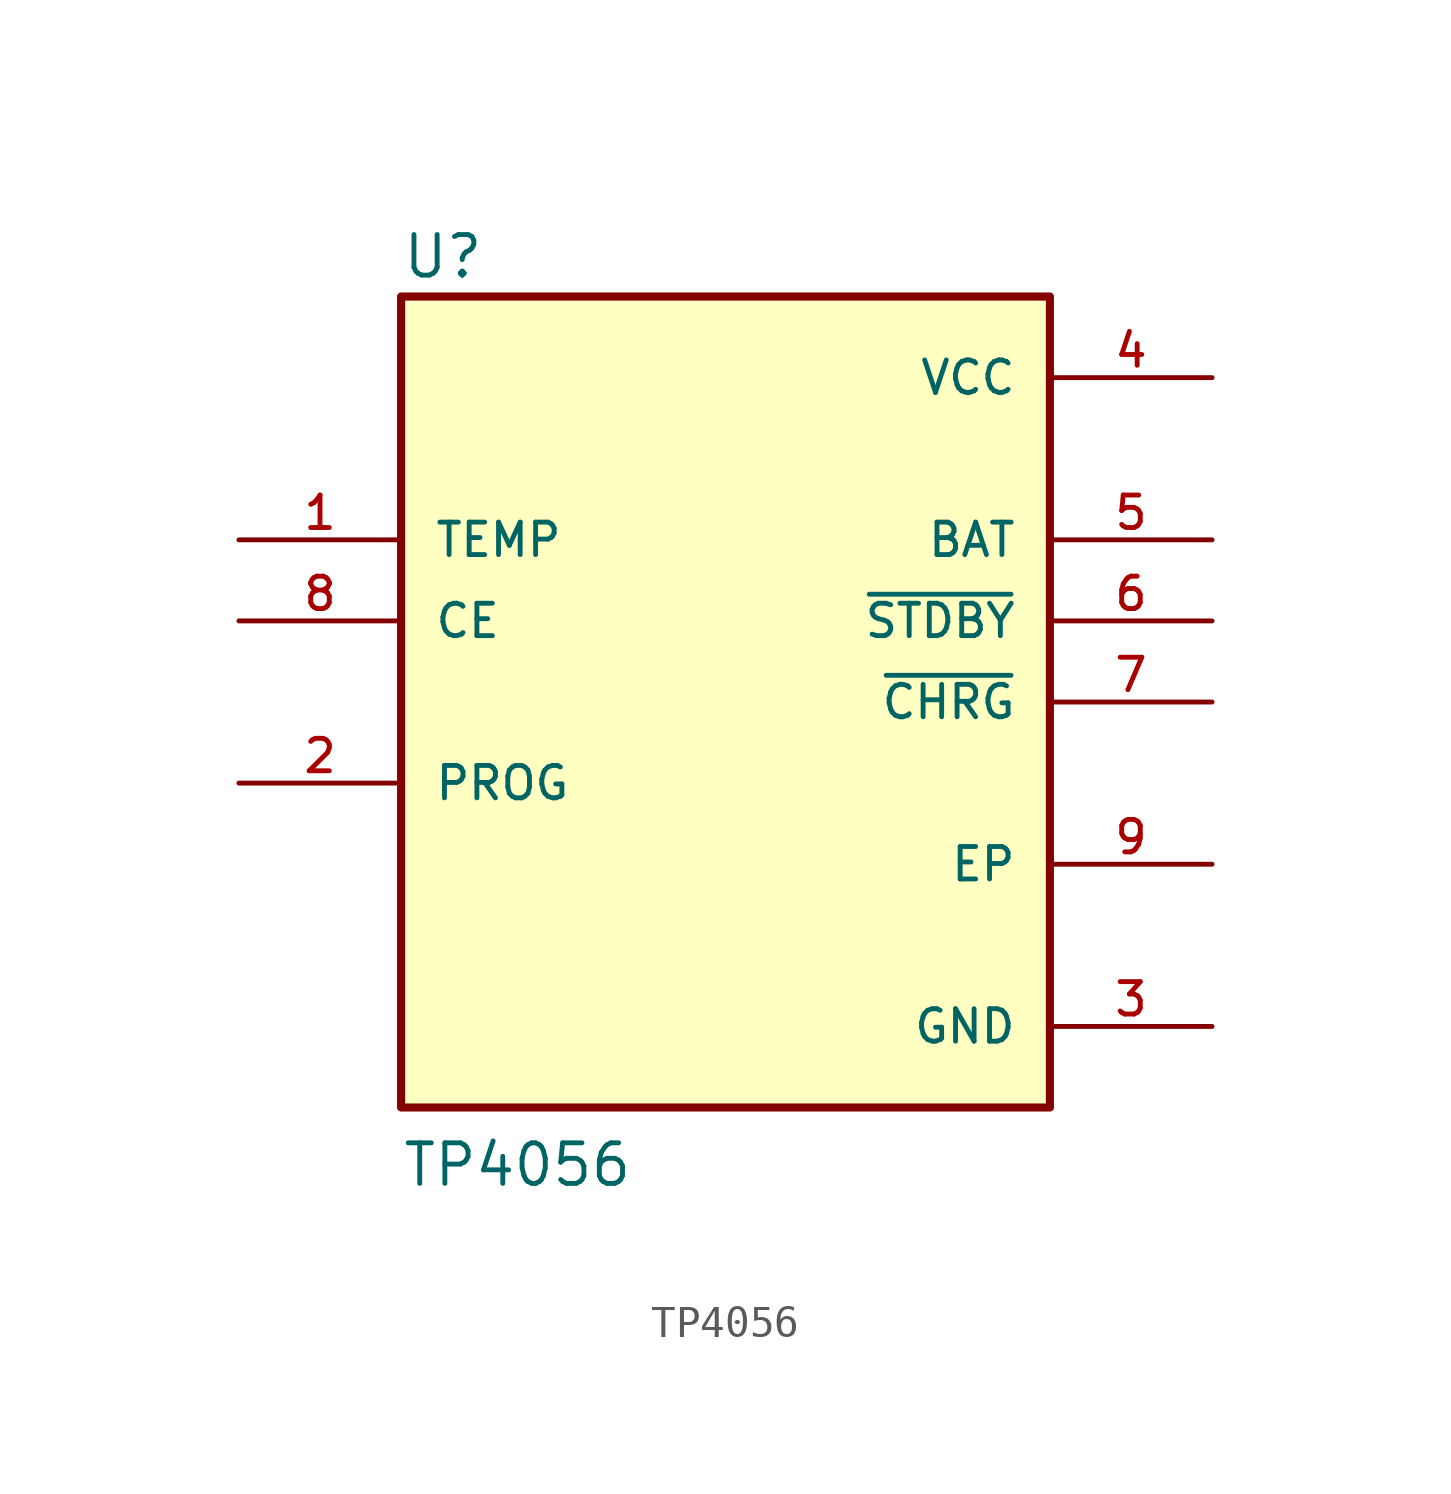
<source format=kicad_sym>
(kicad_symbol_lib
  (version 20220914)
  (generator kicad_symbol_editor)
  (symbol "TP4056"
    (pin_names
      (offset 1.016))
    (property "Reference" "U"
      (at -10.16 13.208 0)
      (effects (font (size 1.27 1.27)) (justify left bottom)))
    (property "Value" "TP4056"
      (at -10.16 -15.24 0)
      (effects (font (size 1.27 1.27)) (justify left bottom)))
    (symbol "TP4056_0_0"
      (rectangle (start -10.16 12.7) (end 10.16 -12.7) (stroke (width 0.254) (type default)) (fill (type background)))
      (pin input line (at -15.24 5.08 0) (length 5.08) (name "TEMP" (effects (font (size 1.016 1.016)))) (number "1" (effects (font (size 1.016 1.016)))))
      (pin bidirectional line (at -15.24 -2.54 0) (length 5.08) (name "PROG" (effects (font (size 1.016 1.016)))) (number "2" (effects (font (size 1.016 1.016)))))
      (pin power_in line (at 15.24 -10.16 180) (length 5.08) (name "GND" (effects (font (size 1.016 1.016)))) (number "3" (effects (font (size 1.016 1.016)))))
      (pin power_in line (at 15.24 10.16 180) (length 5.08) (name "VCC" (effects (font (size 1.016 1.016)))) (number "4" (effects (font (size 1.016 1.016)))))
      (pin output line (at 15.24 5.08 180) (length 5.08) (name "BAT" (effects (font (size 1.016 1.016)))) (number "5" (effects (font (size 1.016 1.016)))))
      (pin output line (at 15.24 2.54 180) (length 5.08) (name "~{STDBY}" (effects (font (size 1.016 1.016)))) (number "6" (effects (font (size 1.016 1.016)))))
      (pin output line (at 15.24 0 180) (length 5.08) (name "~{CHRG}" (effects (font (size 1.016 1.016)))) (number "7" (effects (font (size 1.016 1.016)))))
      (pin input line (at -15.24 2.54 0) (length 5.08) (name "CE" (effects (font (size 1.016 1.016)))) (number "8" (effects (font (size 1.016 1.016)))))
      (pin passive line (at 15.24 -5.08 180) (length 5.08) (name "EP" (effects (font (size 1.016 1.016)))) (number "9" (effects (font (size 1.016 1.016))))))))
</source>
